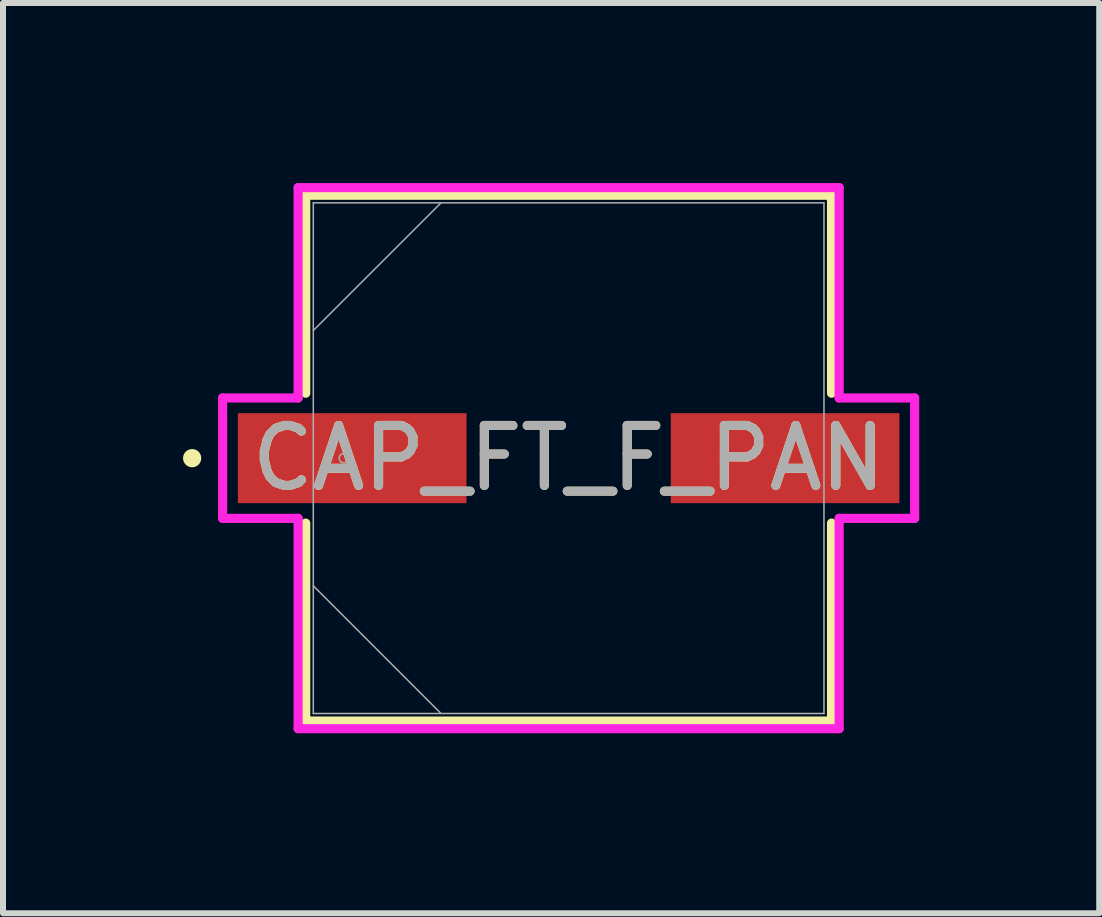
<source format=kicad_pcb>
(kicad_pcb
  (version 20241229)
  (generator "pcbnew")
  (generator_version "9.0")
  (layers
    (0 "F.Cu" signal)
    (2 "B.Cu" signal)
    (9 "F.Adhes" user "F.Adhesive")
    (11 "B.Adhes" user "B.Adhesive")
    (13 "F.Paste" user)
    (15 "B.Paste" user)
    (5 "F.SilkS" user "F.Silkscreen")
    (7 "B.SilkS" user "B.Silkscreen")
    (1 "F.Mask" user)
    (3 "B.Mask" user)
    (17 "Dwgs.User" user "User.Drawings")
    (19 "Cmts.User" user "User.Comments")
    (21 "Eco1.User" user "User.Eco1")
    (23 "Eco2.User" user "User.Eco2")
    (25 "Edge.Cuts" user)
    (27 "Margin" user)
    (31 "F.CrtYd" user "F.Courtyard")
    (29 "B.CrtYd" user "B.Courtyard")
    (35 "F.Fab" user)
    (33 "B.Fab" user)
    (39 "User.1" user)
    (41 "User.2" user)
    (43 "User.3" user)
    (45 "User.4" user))
  (footprint "CAP_FT_F_PAN"
    (layer "F.Cu")
    (at 6.426 4.585)
    (property "Reference" "CAP_FT_F_PAN" (at 0 0 0) (unlocked yes) (layer "F.SilkS") (effects (font (size 1 1) (thickness 0.15))))
    (attr smd)
    (fp_line (start -4.381 -4.381) (end -4.381 -1.082) (stroke (width 0.152) (type solid)) (layer "F.SilkS"))
    (fp_line (start -4.381 1.082) (end -4.381 4.381) (stroke (width 0.152) (type solid)) (layer "F.SilkS"))
    (fp_line (start -4.381 4.381) (end 4.381 4.381) (stroke (width 0.152) (type solid)) (layer "F.SilkS"))
    (fp_line (start 4.381 -4.381) (end -4.381 -4.381) (stroke (width 0.152) (type solid)) (layer "F.SilkS"))
    (fp_line (start 4.381 -1.082) (end 4.381 -4.381) (stroke (width 0.152) (type solid)) (layer "F.SilkS"))
    (fp_line (start 4.381 4.381) (end 4.381 1.082) (stroke (width 0.152) (type solid)) (layer "F.SilkS"))
    (fp_circle (center -6.274 0) (end -6.198 0) (stroke (width 0.152) (type solid)) (fill no) (layer "F.SilkS"))
    (fp_line (start -5.766 -1.003) (end -4.508 -1.003) (stroke (width 0.152) (type solid)) (layer "F.CrtYd"))
    (fp_line (start -5.766 1.003) (end -5.766 -1.003) (stroke (width 0.152) (type solid)) (layer "F.CrtYd"))
    (fp_line (start -4.508 -4.508) (end 4.508 -4.508) (stroke (width 0.152) (type solid)) (layer "F.CrtYd"))
    (fp_line (start -4.508 -1.003) (end -4.508 -4.508) (stroke (width 0.152) (type solid)) (layer "F.CrtYd"))
    (fp_line (start -4.508 1.003) (end -5.766 1.003) (stroke (width 0.152) (type solid)) (layer "F.CrtYd"))
    (fp_line (start -4.508 4.508) (end -4.508 1.003) (stroke (width 0.152) (type solid)) (layer "F.CrtYd"))
    (fp_line (start 4.508 -4.508) (end 4.508 -1.003) (stroke (width 0.152) (type solid)) (layer "F.CrtYd"))
    (fp_line (start 4.508 -1.003) (end 5.766 -1.003) (stroke (width 0.152) (type solid)) (layer "F.CrtYd"))
    (fp_line (start 4.508 1.003) (end 4.508 4.508) (stroke (width 0.152) (type solid)) (layer "F.CrtYd"))
    (fp_line (start 4.508 4.508) (end -4.508 4.508) (stroke (width 0.152) (type solid)) (layer "F.CrtYd"))
    (fp_line (start 5.766 -1.003) (end 5.766 1.003) (stroke (width 0.152) (type solid)) (layer "F.CrtYd"))
    (fp_line (start 5.766 1.003) (end 4.508 1.003) (stroke (width 0.152) (type solid)) (layer "F.CrtYd"))
    (fp_line (start -4.255 -4.255) (end -4.255 4.255) (stroke (width 0.025) (type solid)) (layer "F.Fab"))
    (fp_line (start -4.255 -2.127) (end -2.127 -4.255) (stroke (width 0.025) (type solid)) (layer "F.Fab"))
    (fp_line (start -4.255 2.127) (end -2.127 4.255) (stroke (width 0.025) (type solid)) (layer "F.Fab"))
    (fp_line (start -4.255 4.255) (end 4.255 4.255) (stroke (width 0.025) (type solid)) (layer "F.Fab"))
    (fp_line (start 4.255 -4.255) (end -4.255 -4.255) (stroke (width 0.025) (type solid)) (layer "F.Fab"))
    (fp_line (start 4.255 4.255) (end 4.255 -4.255) (stroke (width 0.025) (type solid)) (layer "F.Fab"))
    (fp_circle (center -3.747 0) (end -3.67 0) (stroke (width 0.025) (type solid)) (fill no) (layer "F.Fab"))
    (fp_text user "${REFERENCE}" (at 0 0 0) (unlocked yes) (layer "F.Fab") (effects (font (size 1 1) (thickness 0.15))))
    (pad "1" smd rect (at -3.607 0) (size 3.81 1.499) (layers "F.Cu" "F.Mask" "F.Paste"))
    (pad "2" smd rect (at 3.607 0) (size 3.81 1.499) (layers "F.Cu" "F.Mask" "F.Paste"))
    (zone (net_name "") (layer "F.Cu") (hatch full 0.508) (connect_pads) (min_thickness 0.254) (filled_areas_thickness no) (keepout (tracks not_allowed) (vias not_allowed) (pads allowed) (copperpour not_allowed) (footprints allowed)) (placement (enabled no)) (fill) (polygon (pts (xy 2.223 0.381) (xy 10.63 0.381) (xy 10.63 3.785) (xy 2.223 3.785))))
    (zone (net_name "") (layer "F.Cu") (hatch full 0.508) (connect_pads) (min_thickness 0.254) (filled_areas_thickness no) (keepout (tracks not_allowed) (vias not_allowed) (pads allowed) (copperpour not_allowed) (footprints allowed)) (placement (enabled no)) (fill) (polygon (pts (xy 2.223 5.385) (xy 10.63 5.385) (xy 10.63 8.788) (xy 2.223 8.788))))
    (zone (net_name "") (layer "F.Cu") (hatch full 0.508) (connect_pads) (min_thickness 0.254) (filled_areas_thickness no) (keepout (tracks not_allowed) (vias not_allowed) (pads allowed) (copperpour not_allowed) (footprints allowed)) (placement (enabled no)) (fill) (polygon (pts (xy 4.775 3.785) (xy 8.077 3.785) (xy 8.077 5.385) (xy 4.775 5.385)))))
  (gr_rect
    (start -3 -3)
    (end 15.268 12.169)
    (stroke (width 0.1) (type default))
    (fill no)
    (layer "Edge.Cuts")))
</source>
